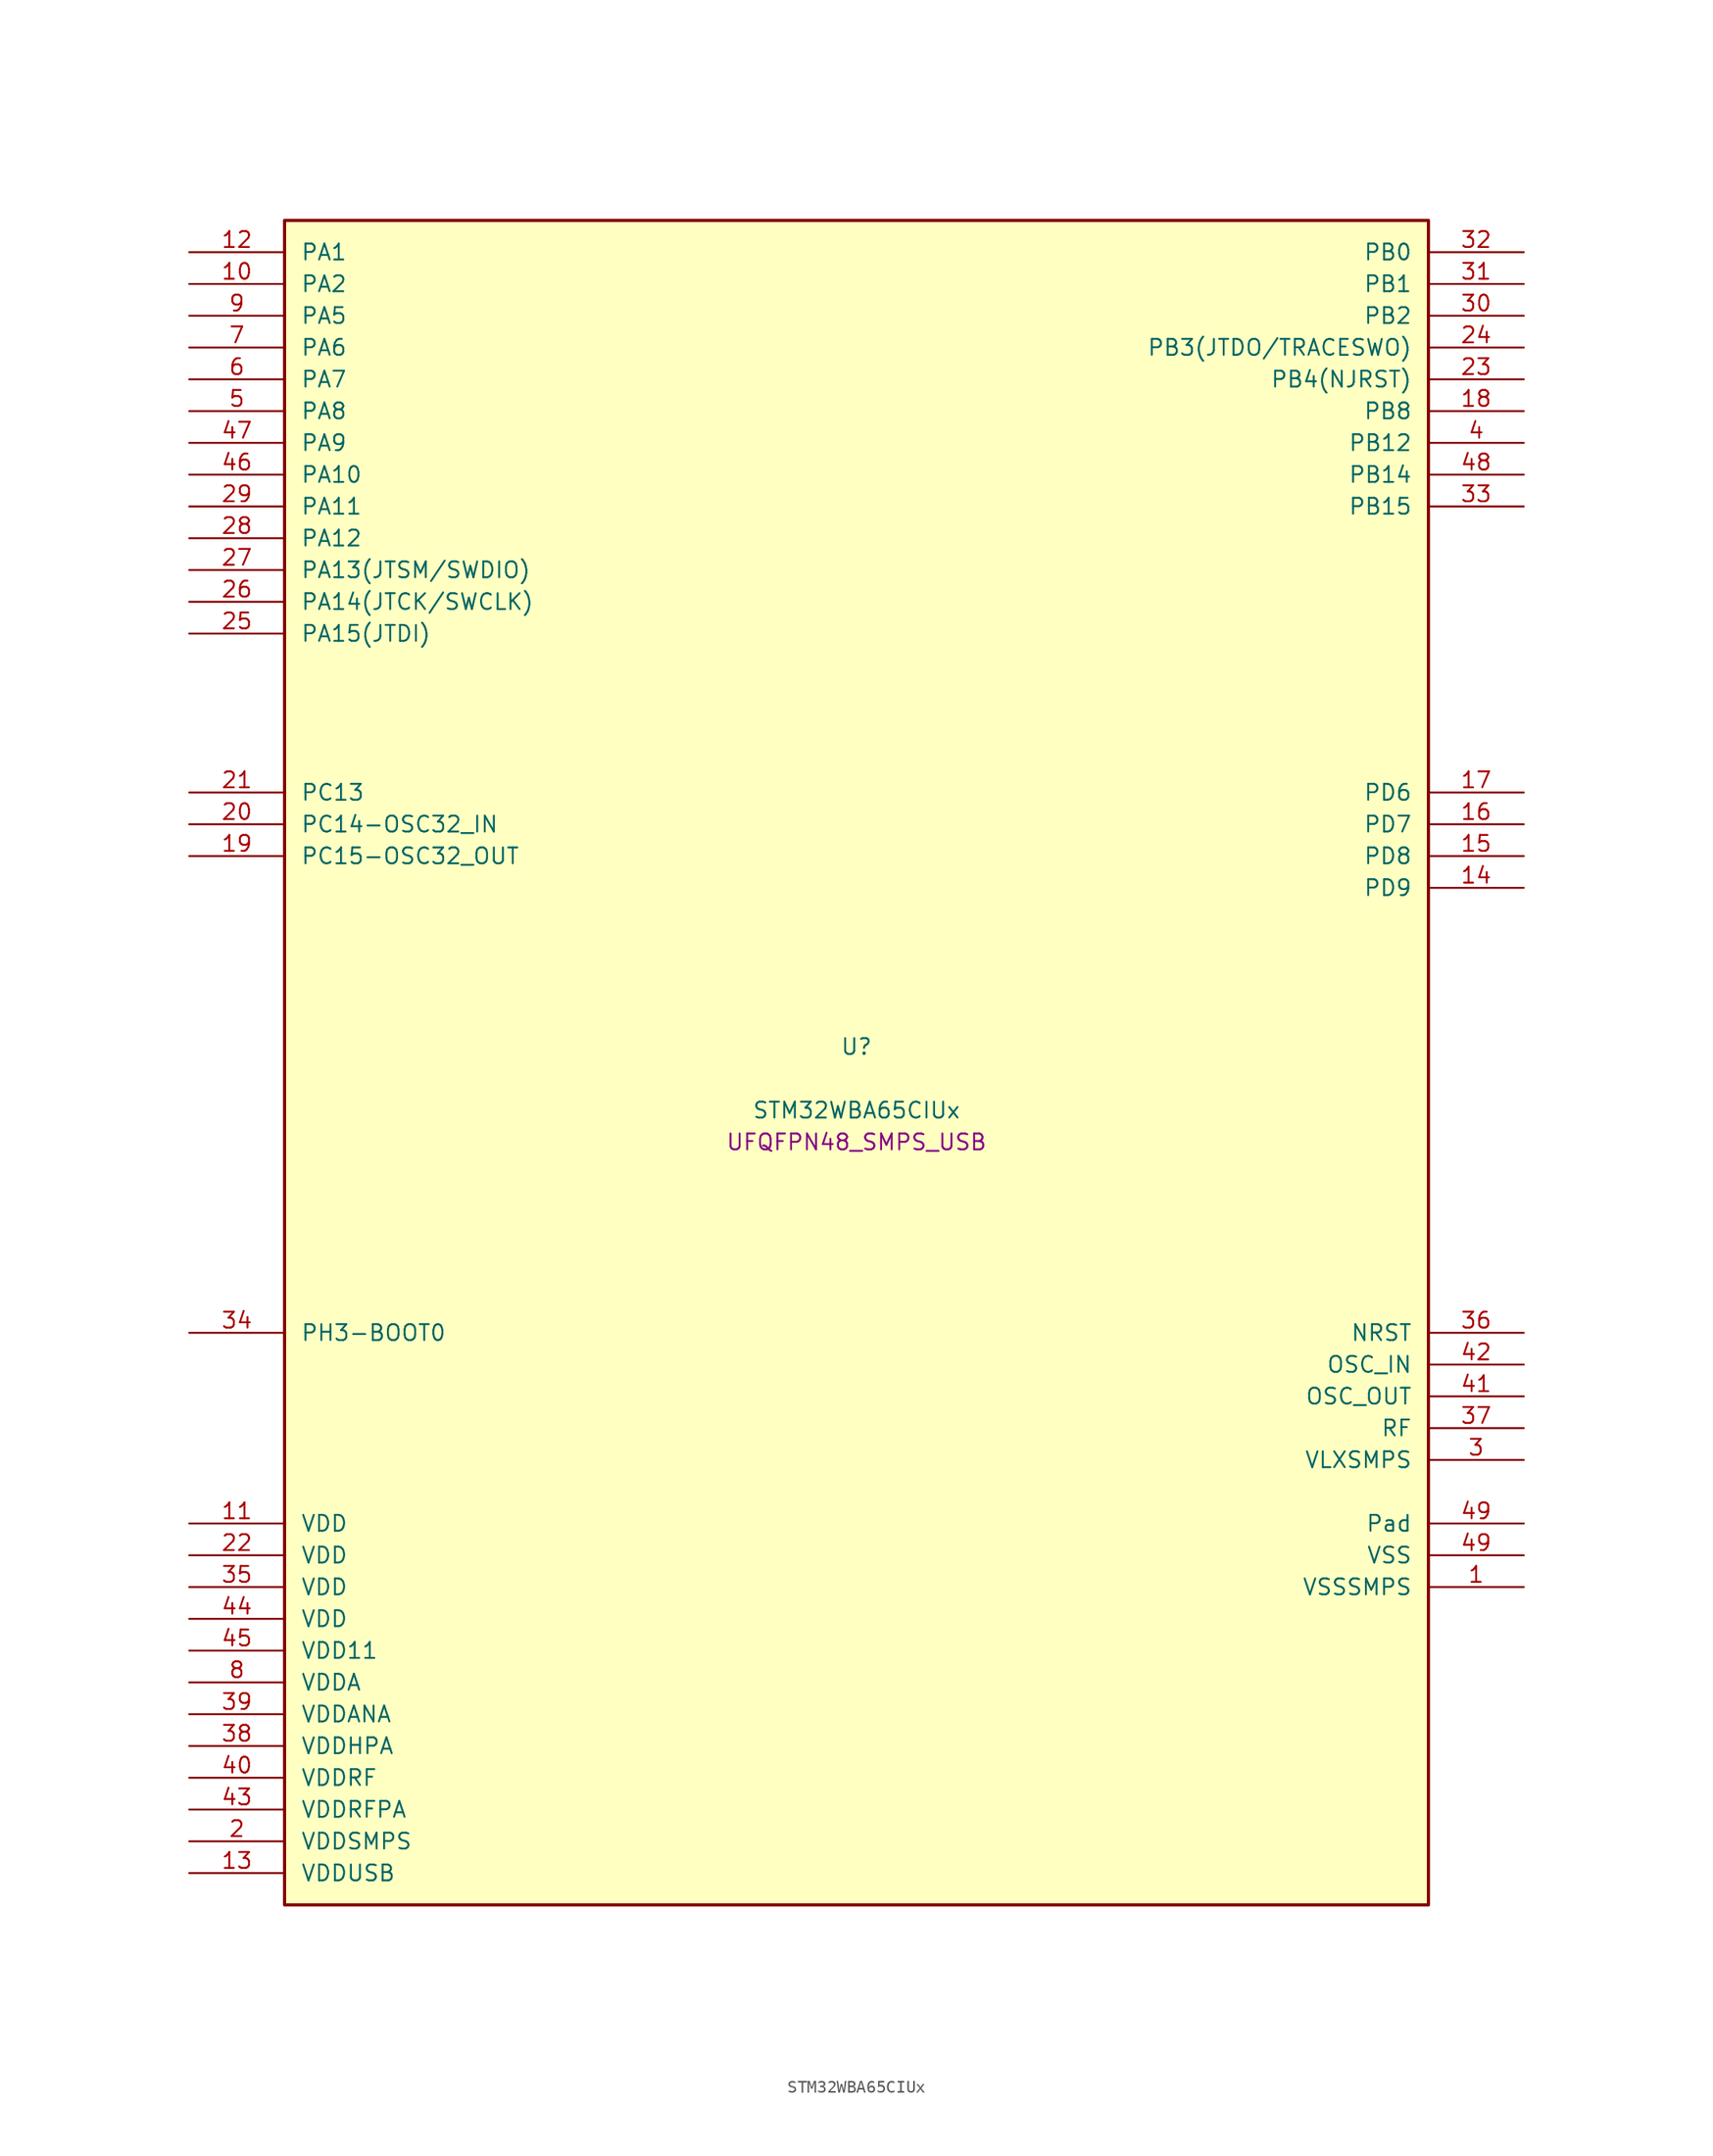
<source format=kicad_sym>
(kicad_symbol_lib
  (version 20241209)
  (generator "stm32_pkl_generator")
  (generator_version "1.0")
  (symbol "STM32WBA65CIUx"
    (pin_names
      (offset 1.27))
    (property "Reference" "U"
      (at 0 2.54 0))
    (property "Value" "STM32WBA65CIUx"
      (at 0 -2.54 0))
    (property "Footprint" "UFQFPN48_SMPS_USB"
      (at 0 -5.08 0))
    (symbol "STM32WBA65CIUx_1_1"
      (rectangle (start -45.72 68.58) (end 45.72 -66.04) (stroke (width 0.254) (type solid)) (fill (type background)))
      (pin bidirectional line (at -53.34 66.04 0) (length 7.62) (name "PA1") (number "12") (alternate "PA1/ADC4_IN8" bidirectional line) (alternate "PA1/COMP1_INM" bidirectional line) (alternate "PA1/LPTIM2_CH2" bidirectional line) (alternate "PA1/LPUART1_RX" bidirectional line) (alternate "PA1/PWR_WKUP3" bidirectional line) (alternate "PA1/SAI1_CK1" bidirectional line) (alternate "PA1/SPI1_RDY" bidirectional line) (alternate "PA1/SPI3_MISO" bidirectional line) (alternate "PA1/TIM17_CH1" bidirectional line) (alternate "PA1/TIM1_CH1N" bidirectional line) (alternate "PA1/TIM3_CH2" bidirectional line) (alternate "PA1/TSC_G2_IO1" bidirectional line) (alternate "PA1/USART1_CK" bidirectional line))
      (pin bidirectional line (at -53.34 63.5 0) (length 7.62) (name "PA2") (number "10") (alternate "PA2/ADC4_IN7" bidirectional line) (alternate "PA2/COMP1_INP" bidirectional line) (alternate "PA2/LPUART1_TX" bidirectional line) (alternate "PA2/PWR_WKUP4" bidirectional line) (alternate "PA2/RCC_LSCO" bidirectional line) (alternate "PA2/SAI1_D1" bidirectional line) (alternate "PA2/TIM16_CH1" bidirectional line) (alternate "PA2/TIM1_BKIN" bidirectional line) (alternate "PA2/TIM3_CH1" bidirectional line) (alternate "PA2/TSC_G4_IO4" bidirectional line) (alternate "PA2/USART1_DE" bidirectional line) (alternate "PA2/USART1_RTS" bidirectional line))
      (pin bidirectional line (at -53.34 60.96 0) (length 7.62) (name "PA5") (number "9") (alternate "PA5/ADC4_IN4" bidirectional line) (alternate "PA5/AUDIOCLK" bidirectional line) (alternate "PA5/LPTIM2_ETR" bidirectional line) (alternate "PA5/PWR_CSLEEP" bidirectional line) (alternate "PA5/PWR_WKUP6" bidirectional line) (alternate "PA5/SAI1_D2" bidirectional line) (alternate "PA5/SPI3_NSS" bidirectional line) (alternate "PA5/TIM2_CH1" bidirectional line) (alternate "PA5/TIM2_ETR" bidirectional line) (alternate "PA5/TSC_G1_IO4" bidirectional line) (alternate "PA5/USART1_CK" bidirectional line) (alternate "PA5/USART3_RX" bidirectional line))
      (pin bidirectional line (at -53.34 58.42 0) (length 7.62) (name "PA6") (number "7") (alternate "PA6/ADC4_IN3" bidirectional line) (alternate "PA6/I2C3_SCL" bidirectional line) (alternate "PA6/PWR_CSTOP" bidirectional line) (alternate "PA6/PWR_WKUP7" bidirectional line) (alternate "PA6/SAI1_CK2" bidirectional line) (alternate "PA6/SAI1_MCLK_A" bidirectional line) (alternate "PA6/SPI3_RDY" bidirectional line) (alternate "PA6/TIM2_CH4" bidirectional line) (alternate "PA6/TSC_G1_IO3" bidirectional line) (alternate "PA6/USART1_DE" bidirectional line) (alternate "PA6/USART1_RTS" bidirectional line) (alternate "PA6/USART3_CTS" bidirectional line))
      (pin bidirectional line (at -53.34 55.88 0) (length 7.62) (name "PA7") (number "6") (alternate "PA7/ADC4_IN2" bidirectional line) (alternate "PA7/COMP1_OUT" bidirectional line) (alternate "PA7/I2C3_SDA" bidirectional line) (alternate "PA7/PWR_WKUP8" bidirectional line) (alternate "PA7/SAI1_SCK_A" bidirectional line) (alternate "PA7/SPI3_SCK" bidirectional line) (alternate "PA7/TAMP_IN1" bidirectional line) (alternate "PA7/TAMP_OUT2" bidirectional line) (alternate "PA7/TIM2_CH3" bidirectional line) (alternate "PA7/TSC_G1_IO2" bidirectional line) (alternate "PA7/USART1_CTS" bidirectional line) (alternate "PA7/USART3_TX" bidirectional line))
      (pin bidirectional line (at -53.34 53.34 0) (length 7.62) (name "PA8") (number "5") (alternate "PA8/ADC4_IN1" bidirectional line) (alternate "PA8/LPTIM1_CH2" bidirectional line) (alternate "PA8/RCC_MCO" bidirectional line) (alternate "PA8/SAI1_FS_A" bidirectional line) (alternate "PA8/SPI3_RDY" bidirectional line) (alternate "PA8/TIM2_CH2" bidirectional line) (alternate "PA8/TSC_G1_IO1" bidirectional line) (alternate "PA8/USART1_RX" bidirectional line) (alternate "PA8/USB_OTG_HS_SOF" bidirectional line))
      (pin bidirectional line (at -53.34 50.8 0) (length 7.62) (name "PA9") (number "47") (alternate "PA9/LPUART1_DE" bidirectional line) (alternate "PA9/LPUART1_RTS" bidirectional line) (alternate "PA9/SAI1_CK1" bidirectional line) (alternate "PA9/TIM3_CH2" bidirectional line))
      (pin bidirectional line (at -53.34 48.26 0) (length 7.62) (name "PA10") (number "46") (alternate "PA10/LPUART1_RX" bidirectional line) (alternate "PA10/SAI1_D1" bidirectional line) (alternate "PA10/TIM3_CH1" bidirectional line))
      (pin bidirectional line (at -53.34 45.72 0) (length 7.62) (name "PA11") (number "29") (alternate "PA11/LPTIM2_CH1" bidirectional line) (alternate "PA11/RF_ANTSW1" bidirectional line) (alternate "PA11/TIM1_CH1" bidirectional line) (alternate "PA11/USART2_RX" bidirectional line))
      (pin bidirectional line (at -53.34 43.18 0) (length 7.62) (name "PA12") (number "28") (alternate "PA12/PTA_STATUS" bidirectional line) (alternate "PA12/PWR_WKUP6" bidirectional line) (alternate "PA12/RF_ANTSW0" bidirectional line) (alternate "PA12/SPI1_NSS" bidirectional line) (alternate "PA12/TIM1_CH2" bidirectional line) (alternate "PA12/TSC_G3_IO4" bidirectional line) (alternate "PA12/USART2_TX" bidirectional line))
      (pin bidirectional line (at -53.34 40.64 0) (length 7.62) (name "PA13(JTSM/SWDIO)") (number "27") (alternate "PA13(JTSM/SWDIO)/DEBUG_JTMS-SWDIO" bidirectional line) (alternate "PA13(JTSM/SWDIO)/PTA_PRIORITY" bidirectional line))
      (pin bidirectional line (at -53.34 38.1 0) (length 7.62) (name "PA14(JTCK/SWCLK)") (number "26") (alternate "PA14(JTCK/SWCLK)/DEBUG_JTCK-SWCLK" bidirectional line) (alternate "PA14(JTCK/SWCLK)/PTA_STATUS" bidirectional line) (alternate "PA14(JTCK/SWCLK)/TAMP_IN3" bidirectional line) (alternate "PA14(JTCK/SWCLK)/TAMP_OUT6" bidirectional line) (alternate "PA14(JTCK/SWCLK)/USART2_TX" bidirectional line) (alternate "PA14(JTCK/SWCLK)/USB_OTG_HS_SOF" bidirectional line))
      (pin bidirectional line (at -53.34 35.56 0) (length 7.62) (name "PA15(JTDI)") (number "25") (alternate "PA15(JTDI)/ADC4_EXTI15" bidirectional line) (alternate "PA15(JTDI)/DEBUG_JTDI" bidirectional line) (alternate "PA15(JTDI)/I2C1_SCL" bidirectional line) (alternate "PA15(JTDI)/LPTIM1_CH2" bidirectional line) (alternate "PA15(JTDI)/PTA_STATUS" bidirectional line) (alternate "PA15(JTDI)/SPI1_MOSI" bidirectional line) (alternate "PA15(JTDI)/TIM17_BKIN" bidirectional line) (alternate "PA15(JTDI)/TIM1_ETR" bidirectional line) (alternate "PA15(JTDI)/TSC_G3_IO3" bidirectional line) (alternate "PA15(JTDI)/USART2_DE" bidirectional line) (alternate "PA15(JTDI)/USART2_RTS" bidirectional line) (alternate "PA15(JTDI)/USART3_DE" bidirectional line) (alternate "PA15(JTDI)/USART3_RTS" bidirectional line))
      (pin bidirectional line (at 53.34 66.04 180) (length 7.62) (name "PB0") (number "32") (alternate "PB0/LPTIM2_IN2" bidirectional line) (alternate "PB0/TIM1_CH3N" bidirectional line) (alternate "PB0/USART2_TX" bidirectional line) (alternate "PB0/USART3_CK" bidirectional line))
      (pin bidirectional line (at 53.34 63.5 180) (length 7.62) (name "PB1") (number "31") (alternate "PB1/I2C1_SDA" bidirectional line) (alternate "PB1/I2C3_SDA" bidirectional line) (alternate "PB1/PWR_WKUP4" bidirectional line) (alternate "PB1/TIM1_CH2N" bidirectional line) (alternate "PB1/USART2_DE" bidirectional line) (alternate "PB1/USART2_RTS" bidirectional line) (alternate "PB1/USART3_DE" bidirectional line) (alternate "PB1/USART3_RTS" bidirectional line))
      (pin bidirectional line (at 53.34 60.96 180) (length 7.62) (name "PB2") (number "30") (alternate "PB2/I2C1_SCL" bidirectional line) (alternate "PB2/I2C3_SCL" bidirectional line) (alternate "PB2/PWR_WKUP1" bidirectional line) (alternate "PB2/RF_ANTSW2" bidirectional line) (alternate "PB2/RTC_OUT2" bidirectional line) (alternate "PB2/TIM1_CH1N" bidirectional line) (alternate "PB2/USART2_CTS" bidirectional line))
      (pin bidirectional line (at 53.34 58.42 180) (length 7.62) (name "PB3(JTDO/TRACESWO)") (number "24") (alternate "PB3(JTDO/TRACESWO)/DEBUG_JTDO-SWO" bidirectional line) (alternate "PB3(JTDO/TRACESWO)/I2C1_SDA" bidirectional line) (alternate "PB3(JTDO/TRACESWO)/LPTIM1_IN2" bidirectional line) (alternate "PB3(JTDO/TRACESWO)/PTA_ACTIVE" bidirectional line) (alternate "PB3(JTDO/TRACESWO)/SPI1_MISO" bidirectional line) (alternate "PB3(JTDO/TRACESWO)/TIM17_CH1N" bidirectional line) (alternate "PB3(JTDO/TRACESWO)/TIM1_CH4" bidirectional line) (alternate "PB3(JTDO/TRACESWO)/TSC_G3_IO2" bidirectional line) (alternate "PB3(JTDO/TRACESWO)/USART2_CK" bidirectional line))
      (pin bidirectional line (at 53.34 55.88 180) (length 7.62) (name "PB4(NJRST)") (number "23") (alternate "PB4(NJRST)/DEBUG_NJTRST" bidirectional line) (alternate "PB4(NJRST)/LPTIM2_IN2" bidirectional line) (alternate "PB4(NJRST)/PTA_ACTIVE" bidirectional line) (alternate "PB4(NJRST)/PTA_PRIORITY" bidirectional line) (alternate "PB4(NJRST)/SAI1_MCLK_B" bidirectional line) (alternate "PB4(NJRST)/SPI1_SCK" bidirectional line) (alternate "PB4(NJRST)/TIM17_CH1" bidirectional line) (alternate "PB4(NJRST)/TIM1_CH3" bidirectional line) (alternate "PB4(NJRST)/TSC_G3_IO1" bidirectional line) (alternate "PB4(NJRST)/USART2_RX" bidirectional line))
      (pin bidirectional line (at 53.34 53.34 180) (length 7.62) (name "PB8") (number "18") (alternate "PB8/COMP1_OUT" bidirectional line) (alternate "PB8/LPTIM1_ETR" bidirectional line) (alternate "PB8/PWR_PVD_IN" bidirectional line) (alternate "PB8/SPI3_MOSI" bidirectional line) (alternate "PB8/TIM16_CH1N" bidirectional line) (alternate "PB8/TIM1_CH1" bidirectional line) (alternate "PB8/TIM3_ETR" bidirectional line) (alternate "PB8/TIM4_CH3" bidirectional line) (alternate "PB8/TSC_G2_IO4" bidirectional line) (alternate "PB8/USART2_RX" bidirectional line))
      (pin bidirectional line (at 53.34 50.8 180) (length 7.62) (name "PB12") (number "4") (alternate "PB12/SAI1_SD_A" bidirectional line) (alternate "PB12/SPI1_RDY" bidirectional line) (alternate "PB12/TIM2_CH1" bidirectional line) (alternate "PB12/TIM2_ETR" bidirectional line) (alternate "PB12/TIM3_ETR" bidirectional line) (alternate "PB12/TSC_SYNC" bidirectional line) (alternate "PB12/USART1_TX" bidirectional line) (alternate "PB12/USART3_CK" bidirectional line))
      (pin bidirectional line (at 53.34 48.26 180) (length 7.62) (name "PB14") (number "48") (alternate "PB14/PWR_WKUP7" bidirectional line) (alternate "PB14/RTC_REFIN" bidirectional line) (alternate "PB14/SAI1_SD_A" bidirectional line) (alternate "PB14/TIM3_CH3" bidirectional line) (alternate "PB14/TSC_G6_IO1" bidirectional line) (alternate "PB14/USART1_TX" bidirectional line) (alternate "PB14/USART3_DE" bidirectional line) (alternate "PB14/USART3_RTS" bidirectional line))
      (pin bidirectional line (at 53.34 45.72 180) (length 7.62) (name "PB15") (number "33") (alternate "PB15/ADC4_EXTI15" bidirectional line) (alternate "PB15/I2C1_SMBA" bidirectional line) (alternate "PB15/I2C3_SMBA" bidirectional line) (alternate "PB15/LPUART1_CTS" bidirectional line) (alternate "PB15/PTA_GRANT" bidirectional line) (alternate "PB15/RF_EXTPABYP" bidirectional line) (alternate "PB15/TIM16_BKIN" bidirectional line) (alternate "PB15/TIM1_BKIN2" bidirectional line) (alternate "PB15/USART2_CTS" bidirectional line))
      (pin bidirectional line (at -53.34 22.86 0) (length 7.62) (name "PC13") (number "21") (alternate "PC13/PWR_WKUP2" bidirectional line) (alternate "PC13/RTC_OUT1" bidirectional line) (alternate "PC13/RTC_TS" bidirectional line) (alternate "PC13/TAMP_IN4" bidirectional line) (alternate "PC13/TAMP_OUT5" bidirectional line) (alternate "PC13/TIM1_BKIN2" bidirectional line) (alternate "PC13/TSC_G5_IO1" bidirectional line))
      (pin bidirectional line (at -53.34 20.32 0) (length 7.62) (name "PC14-OSC32_IN") (number "20") (alternate "PC14-OSC32_IN/RCC_OSC32_IN" bidirectional line))
      (pin bidirectional line (at -53.34 17.78 0) (length 7.62) (name "PC15-OSC32_OUT") (number "19") (alternate "PC15-OSC32_OUT/ADC4_EXTI15" bidirectional line) (alternate "PC15-OSC32_OUT/RCC_OSC32_OUT" bidirectional line))
      (pin bidirectional line (at 53.34 22.86 180) (length 7.62) (name "PD6") (number "17") (alternate "PD6/USB_OTG_HS_DP" bidirectional line))
      (pin bidirectional line (at 53.34 20.32 180) (length 7.62) (name "PD7") (number "16") (alternate "PD7/USB_OTG_HS_DM" bidirectional line))
      (pin bidirectional line (at 53.34 17.78 180) (length 7.62) (name "PD8") (number "15") (alternate "PD8/USART2_CK" bidirectional line) (alternate "PD8/USB_OTG_HS_ID" bidirectional line))
      (pin bidirectional line (at 53.34 15.24 180) (length 7.62) (name "PD9") (number "14") (alternate "PD9/USART2_TX" bidirectional line) (alternate "PD9/USART3_TX" bidirectional line) (alternate "PD9/USB_OTG_HS_VBUS" bidirectional line))
      (pin bidirectional line (at -53.34 -20.32 0) (length 7.62) (name "PH3-BOOT0") (number "34") (alternate "PH3-BOOT0/PTA_GRANT" bidirectional line) (alternate "PH3-BOOT0/RF_EXTPABYP" bidirectional line) (alternate "PH3-BOOT0/TAMP_IN2" bidirectional line) (alternate "PH3-BOOT0/TAMP_OUT1" bidirectional line))
      (pin input line (at 53.34 -20.32 180) (length 7.62) (name "NRST") (number "36"))
      (pin bidirectional line (at 53.34 -22.86 180) (length 7.62) (name "OSC_IN") (number "42") (alternate "OSC_IN/RCC_OSC_IN" bidirectional line))
      (pin bidirectional line (at 53.34 -25.4 180) (length 7.62) (name "OSC_OUT") (number "41") (alternate "OSC_OUT/RCC_OSC_OUT" bidirectional line))
      (pin bidirectional line (at 53.34 -27.94 180) (length 7.62) (name "RF") (number "37"))
      (pin power_in line (at 53.34 -30.48 180) (length 7.62) (name "VLXSMPS") (number "3"))
      (pin power_in line (at -53.34 -35.56 0) (length 7.62) (name "VDD") (number "11"))
      (pin power_in line (at -53.34 -38.1 0) (length 7.62) (name "VDD") (number "22"))
      (pin power_in line (at -53.34 -40.64 0) (length 7.62) (name "VDD") (number "35"))
      (pin power_in line (at -53.34 -43.18 0) (length 7.62) (name "VDD") (number "44"))
      (pin power_in line (at -53.34 -45.72 0) (length 7.62) (name "VDD11") (number "45"))
      (pin power_in line (at -53.34 -48.26 0) (length 7.62) (name "VDDA") (number "8"))
      (pin power_in line (at -53.34 -50.8 0) (length 7.62) (name "VDDANA") (number "39"))
      (pin power_in line (at -53.34 -53.34 0) (length 7.62) (name "VDDHPA") (number "38"))
      (pin power_in line (at -53.34 -55.88 0) (length 7.62) (name "VDDRF") (number "40"))
      (pin power_in line (at -53.34 -58.42 0) (length 7.62) (name "VDDRFPA") (number "43"))
      (pin power_in line (at -53.34 -60.96 0) (length 7.62) (name "VDDSMPS") (number "2"))
      (pin power_in line (at -53.34 -63.5 0) (length 7.62) (name "VDDUSB") (number "13"))
      (pin passive line (at 53.34 -35.56 180) (length 7.62) (name "Pad") (number "49"))
      (pin power_in line (at 53.34 -38.1 180) (length 7.62) (name "VSS") (number "49"))
      (pin power_in line (at 53.34 -40.64 180) (length 7.62) (name "VSSSMPS") (number "1")))))
</source>
